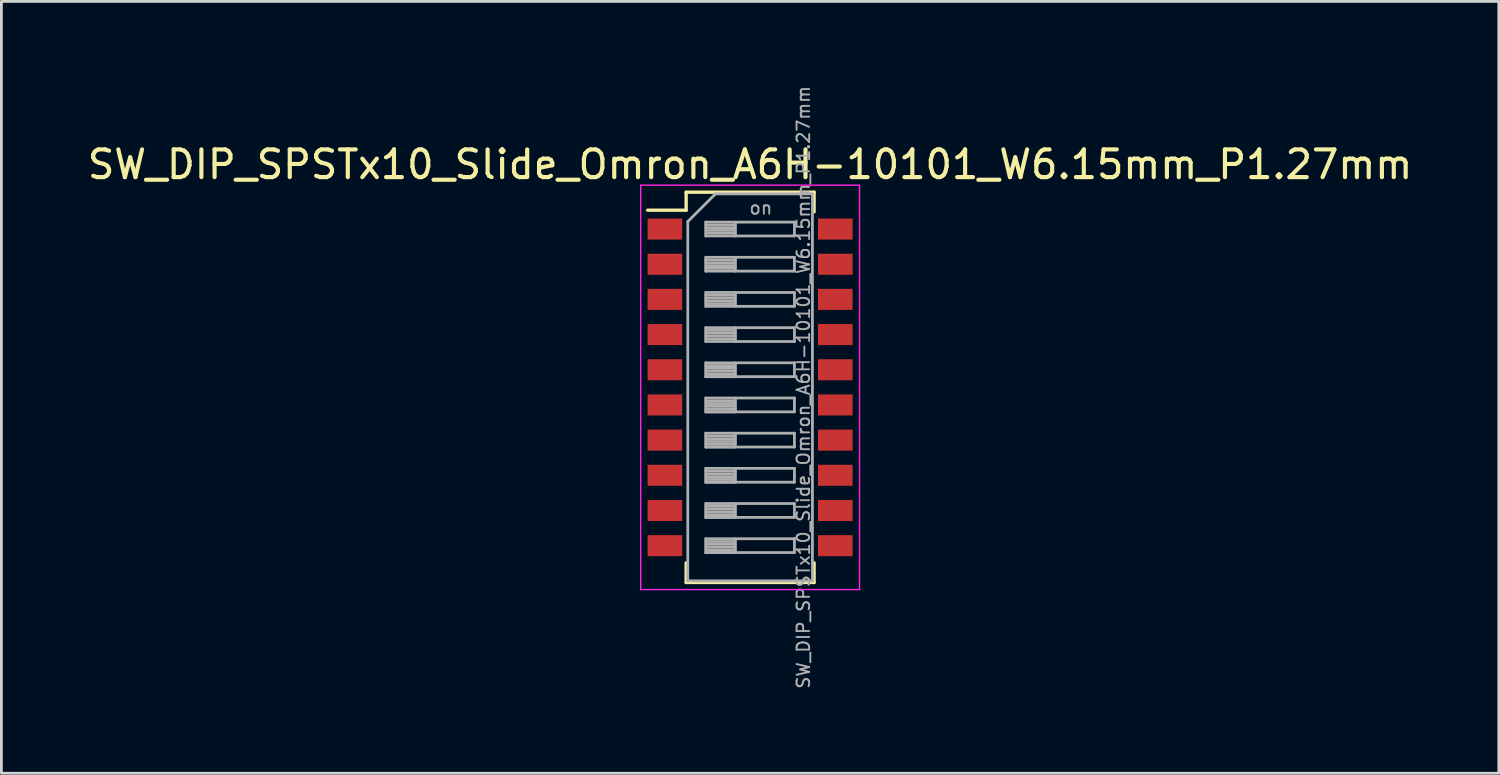
<source format=kicad_pcb>
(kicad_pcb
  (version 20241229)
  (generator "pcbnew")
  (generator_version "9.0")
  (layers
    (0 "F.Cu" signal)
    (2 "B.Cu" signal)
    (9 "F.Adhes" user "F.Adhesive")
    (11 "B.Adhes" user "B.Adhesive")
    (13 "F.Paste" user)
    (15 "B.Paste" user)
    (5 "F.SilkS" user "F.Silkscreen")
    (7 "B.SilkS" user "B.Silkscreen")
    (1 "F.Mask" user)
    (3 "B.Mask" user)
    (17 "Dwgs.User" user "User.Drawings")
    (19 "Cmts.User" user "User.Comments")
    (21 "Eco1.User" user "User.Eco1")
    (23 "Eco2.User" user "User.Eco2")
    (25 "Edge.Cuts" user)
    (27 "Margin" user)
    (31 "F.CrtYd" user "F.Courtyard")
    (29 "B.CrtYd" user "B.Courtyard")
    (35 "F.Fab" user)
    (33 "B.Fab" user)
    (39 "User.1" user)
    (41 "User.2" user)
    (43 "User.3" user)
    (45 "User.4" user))
  (footprint "SW_DIP_SPSTx10_Slide_Omron_A6H-10101_W6.15mm_P1.27mm"
    (layer "F.Cu")
    (at 24.03 10.934)
    (property "Reference" "SW_DIP_SPSTx10_Slide_Omron_A6H-10101_W6.15mm_P1.27mm" (at 0 -8.045 0) (layer "F.SilkS") (effects (font (size 1 1) (thickness 0.15))))
    (attr smd)
    (fp_line (start -3.7 -6.395) (end -2.309 -6.395) (stroke (width 0.12) (type solid)) (layer "F.SilkS"))
    (fp_line (start -2.309 -7.045) (end -2.309 -6.395) (stroke (width 0.12) (type solid)) (layer "F.SilkS"))
    (fp_line (start -2.309 -7.045) (end 2.31 -7.045) (stroke (width 0.12) (type solid)) (layer "F.SilkS"))
    (fp_line (start -2.309 6.335) (end -2.309 7.045) (stroke (width 0.12) (type solid)) (layer "F.SilkS"))
    (fp_line (start -2.309 7.045) (end 2.31 7.045) (stroke (width 0.12) (type solid)) (layer "F.SilkS"))
    (fp_line (start 2.31 -7.045) (end 2.31 -6.335) (stroke (width 0.12) (type solid)) (layer "F.SilkS"))
    (fp_line (start 2.31 6.335) (end 2.31 7.045) (stroke (width 0.12) (type solid)) (layer "F.SilkS"))
    (fp_line (start -3.95 -7.3) (end -3.95 7.3) (stroke (width 0.05) (type solid)) (layer "F.CrtYd"))
    (fp_line (start -3.95 7.3) (end 3.95 7.3) (stroke (width 0.05) (type solid)) (layer "F.CrtYd"))
    (fp_line (start 3.95 -7.3) (end -3.95 -7.3) (stroke (width 0.05) (type solid)) (layer "F.CrtYd"))
    (fp_line (start 3.95 7.3) (end 3.95 -7.3) (stroke (width 0.05) (type solid)) (layer "F.CrtYd"))
    (fp_line (start -2.25 -5.985) (end -1.25 -6.985) (stroke (width 0.1) (type solid)) (layer "F.Fab"))
    (fp_line (start -2.25 6.985) (end -2.25 -5.985) (stroke (width 0.1) (type solid)) (layer "F.Fab"))
    (fp_line (start -1.6 -5.965) (end -1.6 -5.465) (stroke (width 0.1) (type solid)) (layer "F.Fab"))
    (fp_line (start -1.6 -5.865) (end -0.533 -5.865) (stroke (width 0.1) (type solid)) (layer "F.Fab"))
    (fp_line (start -1.6 -5.765) (end -0.533 -5.765) (stroke (width 0.1) (type solid)) (layer "F.Fab"))
    (fp_line (start -1.6 -5.665) (end -0.533 -5.665) (stroke (width 0.1) (type solid)) (layer "F.Fab"))
    (fp_line (start -1.6 -5.565) (end -0.533 -5.565) (stroke (width 0.1) (type solid)) (layer "F.Fab"))
    (fp_line (start -1.6 -5.465) (end 1.6 -5.465) (stroke (width 0.1) (type solid)) (layer "F.Fab"))
    (fp_line (start -1.6 -4.695) (end -1.6 -4.195) (stroke (width 0.1) (type solid)) (layer "F.Fab"))
    (fp_line (start -1.6 -4.595) (end -0.533 -4.595) (stroke (width 0.1) (type solid)) (layer "F.Fab"))
    (fp_line (start -1.6 -4.495) (end -0.533 -4.495) (stroke (width 0.1) (type solid)) (layer "F.Fab"))
    (fp_line (start -1.6 -4.395) (end -0.533 -4.395) (stroke (width 0.1) (type solid)) (layer "F.Fab"))
    (fp_line (start -1.6 -4.295) (end -0.533 -4.295) (stroke (width 0.1) (type solid)) (layer "F.Fab"))
    (fp_line (start -1.6 -4.195) (end 1.6 -4.195) (stroke (width 0.1) (type solid)) (layer "F.Fab"))
    (fp_line (start -1.6 -3.425) (end -1.6 -2.925) (stroke (width 0.1) (type solid)) (layer "F.Fab"))
    (fp_line (start -1.6 -3.325) (end -0.533 -3.325) (stroke (width 0.1) (type solid)) (layer "F.Fab"))
    (fp_line (start -1.6 -3.225) (end -0.533 -3.225) (stroke (width 0.1) (type solid)) (layer "F.Fab"))
    (fp_line (start -1.6 -3.125) (end -0.533 -3.125) (stroke (width 0.1) (type solid)) (layer "F.Fab"))
    (fp_line (start -1.6 -3.025) (end -0.533 -3.025) (stroke (width 0.1) (type solid)) (layer "F.Fab"))
    (fp_line (start -1.6 -2.925) (end 1.6 -2.925) (stroke (width 0.1) (type solid)) (layer "F.Fab"))
    (fp_line (start -1.6 -2.155) (end -1.6 -1.655) (stroke (width 0.1) (type solid)) (layer "F.Fab"))
    (fp_line (start -1.6 -2.055) (end -0.533 -2.055) (stroke (width 0.1) (type solid)) (layer "F.Fab"))
    (fp_line (start -1.6 -1.955) (end -0.533 -1.955) (stroke (width 0.1) (type solid)) (layer "F.Fab"))
    (fp_line (start -1.6 -1.855) (end -0.533 -1.855) (stroke (width 0.1) (type solid)) (layer "F.Fab"))
    (fp_line (start -1.6 -1.755) (end -0.533 -1.755) (stroke (width 0.1) (type solid)) (layer "F.Fab"))
    (fp_line (start -1.6 -1.655) (end 1.6 -1.655) (stroke (width 0.1) (type solid)) (layer "F.Fab"))
    (fp_line (start -1.6 -0.885) (end -1.6 -0.385) (stroke (width 0.1) (type solid)) (layer "F.Fab"))
    (fp_line (start -1.6 -0.785) (end -0.533 -0.785) (stroke (width 0.1) (type solid)) (layer "F.Fab"))
    (fp_line (start -1.6 -0.685) (end -0.533 -0.685) (stroke (width 0.1) (type solid)) (layer "F.Fab"))
    (fp_line (start -1.6 -0.585) (end -0.533 -0.585) (stroke (width 0.1) (type solid)) (layer "F.Fab"))
    (fp_line (start -1.6 -0.485) (end -0.533 -0.485) (stroke (width 0.1) (type solid)) (layer "F.Fab"))
    (fp_line (start -1.6 -0.385) (end -0.533 -0.385) (stroke (width 0.1) (type solid)) (layer "F.Fab"))
    (fp_line (start -1.6 -0.385) (end 1.6 -0.385) (stroke (width 0.1) (type solid)) (layer "F.Fab"))
    (fp_line (start -1.6 0.385) (end -1.6 0.885) (stroke (width 0.1) (type solid)) (layer "F.Fab"))
    (fp_line (start -1.6 0.485) (end -0.533 0.485) (stroke (width 0.1) (type solid)) (layer "F.Fab"))
    (fp_line (start -1.6 0.585) (end -0.533 0.585) (stroke (width 0.1) (type solid)) (layer "F.Fab"))
    (fp_line (start -1.6 0.685) (end -0.533 0.685) (stroke (width 0.1) (type solid)) (layer "F.Fab"))
    (fp_line (start -1.6 0.785) (end -0.533 0.785) (stroke (width 0.1) (type solid)) (layer "F.Fab"))
    (fp_line (start -1.6 0.885) (end -0.533 0.885) (stroke (width 0.1) (type solid)) (layer "F.Fab"))
    (fp_line (start -1.6 0.885) (end 1.6 0.885) (stroke (width 0.1) (type solid)) (layer "F.Fab"))
    (fp_line (start -1.6 1.655) (end -1.6 2.155) (stroke (width 0.1) (type solid)) (layer "F.Fab"))
    (fp_line (start -1.6 1.755) (end -0.533 1.755) (stroke (width 0.1) (type solid)) (layer "F.Fab"))
    (fp_line (start -1.6 1.855) (end -0.533 1.855) (stroke (width 0.1) (type solid)) (layer "F.Fab"))
    (fp_line (start -1.6 1.955) (end -0.533 1.955) (stroke (width 0.1) (type solid)) (layer "F.Fab"))
    (fp_line (start -1.6 2.055) (end -0.533 2.055) (stroke (width 0.1) (type solid)) (layer "F.Fab"))
    (fp_line (start -1.6 2.155) (end -0.533 2.155) (stroke (width 0.1) (type solid)) (layer "F.Fab"))
    (fp_line (start -1.6 2.155) (end 1.6 2.155) (stroke (width 0.1) (type solid)) (layer "F.Fab"))
    (fp_line (start -1.6 2.925) (end -1.6 3.425) (stroke (width 0.1) (type solid)) (layer "F.Fab"))
    (fp_line (start -1.6 3.025) (end -0.533 3.025) (stroke (width 0.1) (type solid)) (layer "F.Fab"))
    (fp_line (start -1.6 3.125) (end -0.533 3.125) (stroke (width 0.1) (type solid)) (layer "F.Fab"))
    (fp_line (start -1.6 3.225) (end -0.533 3.225) (stroke (width 0.1) (type solid)) (layer "F.Fab"))
    (fp_line (start -1.6 3.325) (end -0.533 3.325) (stroke (width 0.1) (type solid)) (layer "F.Fab"))
    (fp_line (start -1.6 3.425) (end -0.533 3.425) (stroke (width 0.1) (type solid)) (layer "F.Fab"))
    (fp_line (start -1.6 3.425) (end 1.6 3.425) (stroke (width 0.1) (type solid)) (layer "F.Fab"))
    (fp_line (start -1.6 4.195) (end -1.6 4.695) (stroke (width 0.1) (type solid)) (layer "F.Fab"))
    (fp_line (start -1.6 4.295) (end -0.533 4.295) (stroke (width 0.1) (type solid)) (layer "F.Fab"))
    (fp_line (start -1.6 4.395) (end -0.533 4.395) (stroke (width 0.1) (type solid)) (layer "F.Fab"))
    (fp_line (start -1.6 4.495) (end -0.533 4.495) (stroke (width 0.1) (type solid)) (layer "F.Fab"))
    (fp_line (start -1.6 4.595) (end -0.533 4.595) (stroke (width 0.1) (type solid)) (layer "F.Fab"))
    (fp_line (start -1.6 4.695) (end -0.533 4.695) (stroke (width 0.1) (type solid)) (layer "F.Fab"))
    (fp_line (start -1.6 4.695) (end 1.6 4.695) (stroke (width 0.1) (type solid)) (layer "F.Fab"))
    (fp_line (start -1.6 5.465) (end -1.6 5.965) (stroke (width 0.1) (type solid)) (layer "F.Fab"))
    (fp_line (start -1.6 5.565) (end -0.533 5.565) (stroke (width 0.1) (type solid)) (layer "F.Fab"))
    (fp_line (start -1.6 5.665) (end -0.533 5.665) (stroke (width 0.1) (type solid)) (layer "F.Fab"))
    (fp_line (start -1.6 5.765) (end -0.533 5.765) (stroke (width 0.1) (type solid)) (layer "F.Fab"))
    (fp_line (start -1.6 5.865) (end -0.533 5.865) (stroke (width 0.1) (type solid)) (layer "F.Fab"))
    (fp_line (start -1.6 5.965) (end -0.533 5.965) (stroke (width 0.1) (type solid)) (layer "F.Fab"))
    (fp_line (start -1.6 5.965) (end 1.6 5.965) (stroke (width 0.1) (type solid)) (layer "F.Fab"))
    (fp_line (start -1.25 -6.985) (end 2.25 -6.985) (stroke (width 0.1) (type solid)) (layer "F.Fab"))
    (fp_line (start -0.533 -5.965) (end -0.533 -5.465) (stroke (width 0.1) (type solid)) (layer "F.Fab"))
    (fp_line (start -0.533 -4.695) (end -0.533 -4.195) (stroke (width 0.1) (type solid)) (layer "F.Fab"))
    (fp_line (start -0.533 -3.425) (end -0.533 -2.925) (stroke (width 0.1) (type solid)) (layer "F.Fab"))
    (fp_line (start -0.533 -2.155) (end -0.533 -1.655) (stroke (width 0.1) (type solid)) (layer "F.Fab"))
    (fp_line (start -0.533 -0.885) (end -0.533 -0.385) (stroke (width 0.1) (type solid)) (layer "F.Fab"))
    (fp_line (start -0.533 0.385) (end -0.533 0.885) (stroke (width 0.1) (type solid)) (layer "F.Fab"))
    (fp_line (start -0.533 1.655) (end -0.533 2.155) (stroke (width 0.1) (type solid)) (layer "F.Fab"))
    (fp_line (start -0.533 2.925) (end -0.533 3.425) (stroke (width 0.1) (type solid)) (layer "F.Fab"))
    (fp_line (start -0.533 4.195) (end -0.533 4.695) (stroke (width 0.1) (type solid)) (layer "F.Fab"))
    (fp_line (start -0.533 5.465) (end -0.533 5.965) (stroke (width 0.1) (type solid)) (layer "F.Fab"))
    (fp_line (start 1.6 -5.965) (end -1.6 -5.965) (stroke (width 0.1) (type solid)) (layer "F.Fab"))
    (fp_line (start 1.6 -5.465) (end 1.6 -5.965) (stroke (width 0.1) (type solid)) (layer "F.Fab"))
    (fp_line (start 1.6 -4.695) (end -1.6 -4.695) (stroke (width 0.1) (type solid)) (layer "F.Fab"))
    (fp_line (start 1.6 -4.195) (end 1.6 -4.695) (stroke (width 0.1) (type solid)) (layer "F.Fab"))
    (fp_line (start 1.6 -3.425) (end -1.6 -3.425) (stroke (width 0.1) (type solid)) (layer "F.Fab"))
    (fp_line (start 1.6 -2.925) (end 1.6 -3.425) (stroke (width 0.1) (type solid)) (layer "F.Fab"))
    (fp_line (start 1.6 -2.155) (end -1.6 -2.155) (stroke (width 0.1) (type solid)) (layer "F.Fab"))
    (fp_line (start 1.6 -1.655) (end 1.6 -2.155) (stroke (width 0.1) (type solid)) (layer "F.Fab"))
    (fp_line (start 1.6 -0.885) (end -1.6 -0.885) (stroke (width 0.1) (type solid)) (layer "F.Fab"))
    (fp_line (start 1.6 -0.385) (end 1.6 -0.885) (stroke (width 0.1) (type solid)) (layer "F.Fab"))
    (fp_line (start 1.6 0.385) (end -1.6 0.385) (stroke (width 0.1) (type solid)) (layer "F.Fab"))
    (fp_line (start 1.6 0.885) (end 1.6 0.385) (stroke (width 0.1) (type solid)) (layer "F.Fab"))
    (fp_line (start 1.6 1.655) (end -1.6 1.655) (stroke (width 0.1) (type solid)) (layer "F.Fab"))
    (fp_line (start 1.6 2.155) (end 1.6 1.655) (stroke (width 0.1) (type solid)) (layer "F.Fab"))
    (fp_line (start 1.6 2.925) (end -1.6 2.925) (stroke (width 0.1) (type solid)) (layer "F.Fab"))
    (fp_line (start 1.6 3.425) (end 1.6 2.925) (stroke (width 0.1) (type solid)) (layer "F.Fab"))
    (fp_line (start 1.6 4.195) (end -1.6 4.195) (stroke (width 0.1) (type solid)) (layer "F.Fab"))
    (fp_line (start 1.6 4.695) (end 1.6 4.195) (stroke (width 0.1) (type solid)) (layer "F.Fab"))
    (fp_line (start 1.6 5.465) (end -1.6 5.465) (stroke (width 0.1) (type solid)) (layer "F.Fab"))
    (fp_line (start 1.6 5.965) (end 1.6 5.465) (stroke (width 0.1) (type solid)) (layer "F.Fab"))
    (fp_line (start 2.25 -6.985) (end 2.25 6.985) (stroke (width 0.1) (type solid)) (layer "F.Fab"))
    (fp_line (start 2.25 6.985) (end -2.25 6.985) (stroke (width 0.1) (type solid)) (layer "F.Fab"))
    (fp_text user "on" (at 0.388 -6.475 0) (layer "F.Fab") (effects (font (size 0.455 0.455) (thickness 0.068))))
    (fp_text user "${REFERENCE}" (at 1.925 0 90) (layer "F.Fab") (effects (font (size 0.455 0.455) (thickness 0.068))))
    (pad "1" smd rect (at -3.075 -5.715) (size 1.25 0.76) (layers "F.Cu" "F.Mask" "F.Paste"))
    (pad "2" smd rect (at -3.075 -4.445) (size 1.25 0.76) (layers "F.Cu" "F.Mask" "F.Paste"))
    (pad "3" smd rect (at -3.075 -3.175) (size 1.25 0.76) (layers "F.Cu" "F.Mask" "F.Paste"))
    (pad "4" smd rect (at -3.075 -1.905) (size 1.25 0.76) (layers "F.Cu" "F.Mask" "F.Paste"))
    (pad "5" smd rect (at -3.075 -0.635) (size 1.25 0.76) (layers "F.Cu" "F.Mask" "F.Paste"))
    (pad "6" smd rect (at -3.075 0.635) (size 1.25 0.76) (layers "F.Cu" "F.Mask" "F.Paste"))
    (pad "7" smd rect (at -3.075 1.905) (size 1.25 0.76) (layers "F.Cu" "F.Mask" "F.Paste"))
    (pad "8" smd rect (at -3.075 3.175) (size 1.25 0.76) (layers "F.Cu" "F.Mask" "F.Paste"))
    (pad "9" smd rect (at -3.075 4.445) (size 1.25 0.76) (layers "F.Cu" "F.Mask" "F.Paste"))
    (pad "10" smd rect (at -3.075 5.715) (size 1.25 0.76) (layers "F.Cu" "F.Mask" "F.Paste"))
    (pad "11" smd rect (at 3.075 5.715) (size 1.25 0.76) (layers "F.Cu" "F.Mask" "F.Paste"))
    (pad "12" smd rect (at 3.075 4.445) (size 1.25 0.76) (layers "F.Cu" "F.Mask" "F.Paste"))
    (pad "13" smd rect (at 3.075 3.175) (size 1.25 0.76) (layers "F.Cu" "F.Mask" "F.Paste"))
    (pad "14" smd rect (at 3.075 1.905) (size 1.25 0.76) (layers "F.Cu" "F.Mask" "F.Paste"))
    (pad "15" smd rect (at 3.075 0.635) (size 1.25 0.76) (layers "F.Cu" "F.Mask" "F.Paste"))
    (pad "16" smd rect (at 3.075 -0.635) (size 1.25 0.76) (layers "F.Cu" "F.Mask" "F.Paste"))
    (pad "17" smd rect (at 3.075 -1.905) (size 1.25 0.76) (layers "F.Cu" "F.Mask" "F.Paste"))
    (pad "18" smd rect (at 3.075 -3.175) (size 1.25 0.76) (layers "F.Cu" "F.Mask" "F.Paste"))
    (pad "19" smd rect (at 3.075 -4.445) (size 1.25 0.76) (layers "F.Cu" "F.Mask" "F.Paste"))
    (pad "20" smd rect (at 3.075 -5.715) (size 1.25 0.76) (layers "F.Cu" "F.Mask" "F.Paste")))
  (gr_rect
    (start -3 -3)
    (end 51.06 24.867)
    (stroke (width 0.1) (type default))
    (fill no)
    (layer "Edge.Cuts")))
</source>
